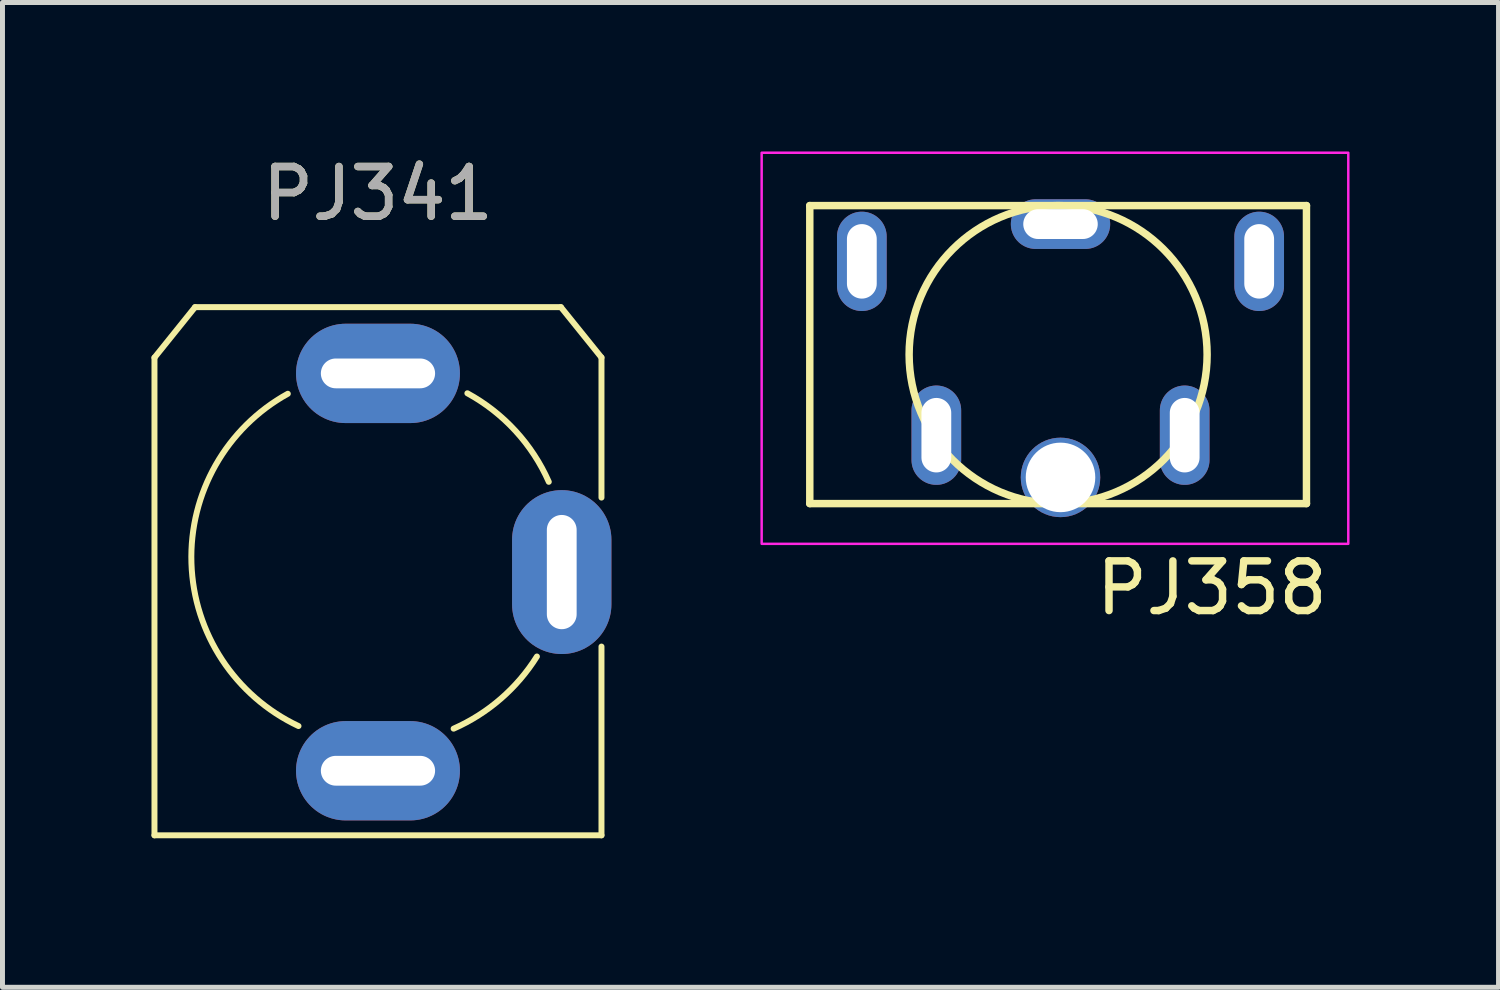
<source format=kicad_pcb>
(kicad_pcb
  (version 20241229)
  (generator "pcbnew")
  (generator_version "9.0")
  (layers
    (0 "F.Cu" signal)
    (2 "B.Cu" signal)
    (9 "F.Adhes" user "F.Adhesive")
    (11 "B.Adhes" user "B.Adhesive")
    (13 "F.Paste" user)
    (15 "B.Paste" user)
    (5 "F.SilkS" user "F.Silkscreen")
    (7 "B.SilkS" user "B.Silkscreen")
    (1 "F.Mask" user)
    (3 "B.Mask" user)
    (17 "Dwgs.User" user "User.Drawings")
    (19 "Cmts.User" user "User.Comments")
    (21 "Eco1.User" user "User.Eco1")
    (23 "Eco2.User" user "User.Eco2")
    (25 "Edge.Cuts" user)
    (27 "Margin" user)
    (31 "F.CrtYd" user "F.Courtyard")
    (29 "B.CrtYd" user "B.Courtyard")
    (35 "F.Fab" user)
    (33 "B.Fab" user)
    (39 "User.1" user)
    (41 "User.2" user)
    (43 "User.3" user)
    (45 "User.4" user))
  (footprint "PJ341"
    (layer "F.Cu")
    (at 4.56 8.468)
    (property "Reference" "PJ341" (at 0 -7.62 0) (unlocked yes) (layer "F.SilkS") (effects (font (size 1 1) (thickness 0.15))))
    (attr through_hole)
    (fp_line (start -4.5 -4.318) (end -3.683 -5.334) (stroke (width 0.12) (type solid)) (layer "F.SilkS"))
    (fp_line (start -4.5 5.3) (end -4.5 -4.318) (stroke (width 0.12) (type solid)) (layer "F.SilkS"))
    (fp_line (start -3.683 -5.334) (end 3.683 -5.334) (stroke (width 0.12) (type solid)) (layer "F.SilkS"))
    (fp_line (start 4.5 -4.32) (end 3.683 -5.334) (stroke (width 0.12) (type solid)) (layer "F.SilkS"))
    (fp_line (start 4.5 -4.32) (end 4.5 -1.5) (stroke (width 0.12) (type solid)) (layer "F.SilkS"))
    (fp_line (start 4.5 5.3) (end -4.5 5.3) (stroke (width 0.12) (type solid)) (layer "F.SilkS"))
    (fp_line (start 4.5 5.3) (end 4.5 1.5) (stroke (width 0.12) (type solid)) (layer "F.SilkS"))
    (fp_arc (start -1.6 3.099999) (mid -3.755715 -0.179168) (end -1.815239 -3.590121) (stroke (width 0.12) (type solid)) (layer "F.SilkS"))
    (fp_arc (start 1.8 -3.6) (mid 2.767081 -2.84426) (end 3.439166 -1.817279) (stroke (width 0.12) (type solid)) (layer "F.SilkS"))
    (fp_arc (start 3.2 1.7) (mid 2.470739 2.552271) (end 1.523173 3.152526) (stroke (width 0.12) (type solid)) (layer "F.SilkS"))
    (fp_text user "${REFERENCE}" (at 0 -7.62 0) (unlocked yes) (layer "F.Fab") (effects (font (size 1 1) (thickness 0.15))))
    (pad "R" thru_hole oval (at 0 -4) (size 3.3 2) (drill oval 2.3 0.6) (layers "*.Cu" "*.Mask"))
    (pad "S" thru_hole oval (at 3.7 0 90) (size 3.3 2) (drill oval 2.3 0.6) (layers "*.Cu" "*.Mask"))
    (pad "T" thru_hole oval (at 0 4) (size 3.3 2) (drill oval 2.3 0.6) (layers "*.Cu" "*.Mask")))
  (footprint "PJ358"
    (layer "F.Cu")
    (at 18.302 3.962)
    (property "Reference" "PJ358" (at 3.048 4.826 0) (layer "F.SilkS") (effects (font (size 1 1) (thickness 0.15))))
    (attr through_hole)
    (fp_line (start -5.048 -2.873) (end 4.952 -2.873) (stroke (width 0.15) (type solid)) (layer "F.SilkS"))
    (fp_line (start -5.048 3.127) (end -5.048 -2.873) (stroke (width 0.15) (type solid)) (layer "F.SilkS"))
    (fp_line (start 4.952 -2.873) (end 4.952 3.127) (stroke (width 0.15) (type solid)) (layer "F.SilkS"))
    (fp_line (start 4.952 3.127) (end -5.048 3.127) (stroke (width 0.15) (type solid)) (layer "F.SilkS"))
    (fp_circle (center -0.048 0.127) (end 2.952 0.127) (stroke (width 0.15) (type solid)) (fill no) (layer "F.SilkS"))
    (fp_rect (start 5.794 3.937) (end -6.017 -3.937) (stroke (width 0.05) (type solid)) (fill no) (layer "F.CrtYd"))
    (pad "" np_thru_hole circle (at 0 2.6) (size 1.6 1.6) (drill 1.4) (layers "*.Cu" "*.Mask"))
    (pad "R" thru_hole oval (at 0 -2.5) (size 2 1) (drill oval 1.5 0.6) (layers "*.Cu" "*.Mask"))
    (pad "RN" thru_hole oval (at -2.5 1.75 90) (size 2 1) (drill oval 1.5 0.6) (layers "*.Cu" "*.Mask"))
    (pad "S" thru_hole oval (at -4 -1.75 90) (size 2 1) (drill oval 1.5 0.6) (layers "*.Cu" "*.Mask"))
    (pad "T" thru_hole oval (at 4 -1.75 90) (size 2 1) (drill oval 1.5 0.6) (layers "*.Cu" "*.Mask"))
    (pad "TN" thru_hole oval (at 2.5 1.75 90) (size 2 1) (drill oval 1.5 0.6) (layers "*.Cu" "*.Mask")))
  (gr_rect
    (start -3 -3)
    (end 27.121 16.828)
    (stroke (width 0.1) (type default))
    (fill no)
    (layer "Edge.Cuts")))
</source>
